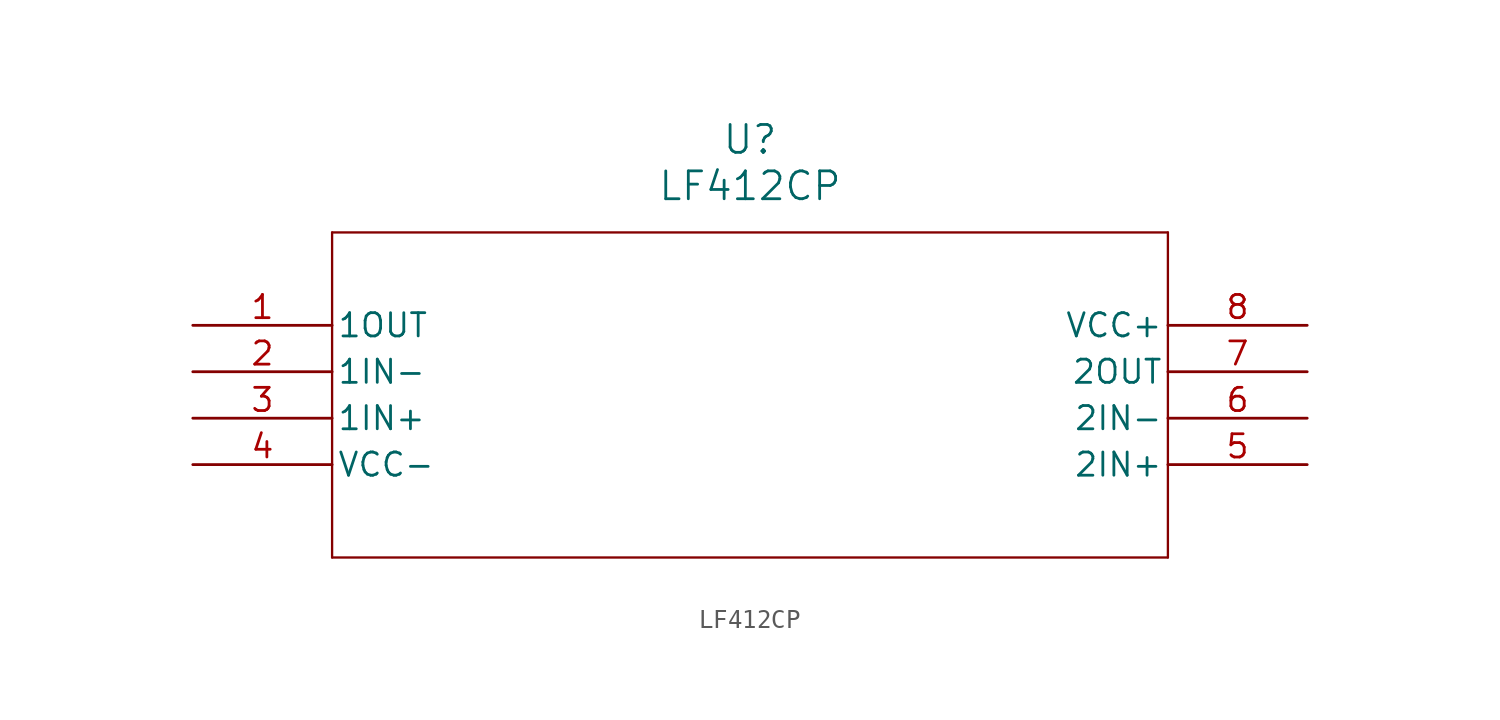
<source format=kicad_sym>
(kicad_symbol_lib
  (version 20211014)
  (generator kicad_symbol_editor)
  (symbol "LF412CP"
    (pin_names
      (offset 0.254))
    (property "Reference" "U"
      (at 30.48 10.16 0)
      (effects (font (size 1.524 1.524))))
    (property "Value" "LF412CP"
      (at 30.48 7.62 0)
      (effects (font (size 1.524 1.524))))
    (symbol "LF412CP_0_1"
      (polyline (pts (xy 7.62 5.08) (xy 7.62 -12.7)) (stroke (width 0.127) (type default) (color 0 0 0 0)) (fill (type none)))
      (polyline (pts (xy 7.62 -12.7) (xy 53.34 -12.7)) (stroke (width 0.127) (type default) (color 0 0 0 0)) (fill (type none)))
      (polyline (pts (xy 53.34 -12.7) (xy 53.34 5.08)) (stroke (width 0.127) (type default) (color 0 0 0 0)) (fill (type none)))
      (polyline (pts (xy 53.34 5.08) (xy 7.62 5.08)) (stroke (width 0.127) (type default) (color 0 0 0 0)) (fill (type none)))
      (pin output line (at 0 0 0) (length 7.62) (name "1OUT" (effects (font (size 1.27 1.27)))) (number "1" (effects (font (size 1.27 1.27)))))
      (pin input line (at 0 -2.54 0) (length 7.62) (name "1IN-" (effects (font (size 1.27 1.27)))) (number "2" (effects (font (size 1.27 1.27)))))
      (pin input line (at 0 -5.08 0) (length 7.62) (name "1IN+" (effects (font (size 1.27 1.27)))) (number "3" (effects (font (size 1.27 1.27)))))
      (pin unspecified line (at 0 -7.62 0) (length 7.62) (name "VCC-" (effects (font (size 1.27 1.27)))) (number "4" (effects (font (size 1.27 1.27)))))
      (pin input line (at 60.96 -7.62 180) (length 7.62) (name "2IN+" (effects (font (size 1.27 1.27)))) (number "5" (effects (font (size 1.27 1.27)))))
      (pin input line (at 60.96 -5.08 180) (length 7.62) (name "2IN-" (effects (font (size 1.27 1.27)))) (number "6" (effects (font (size 1.27 1.27)))))
      (pin output line (at 60.96 -2.54 180) (length 7.62) (name "2OUT" (effects (font (size 1.27 1.27)))) (number "7" (effects (font (size 1.27 1.27)))))
      (pin unspecified line (at 60.96 0 180) (length 7.62) (name "VCC+" (effects (font (size 1.27 1.27)))) (number "8" (effects (font (size 1.27 1.27))))))))
</source>
